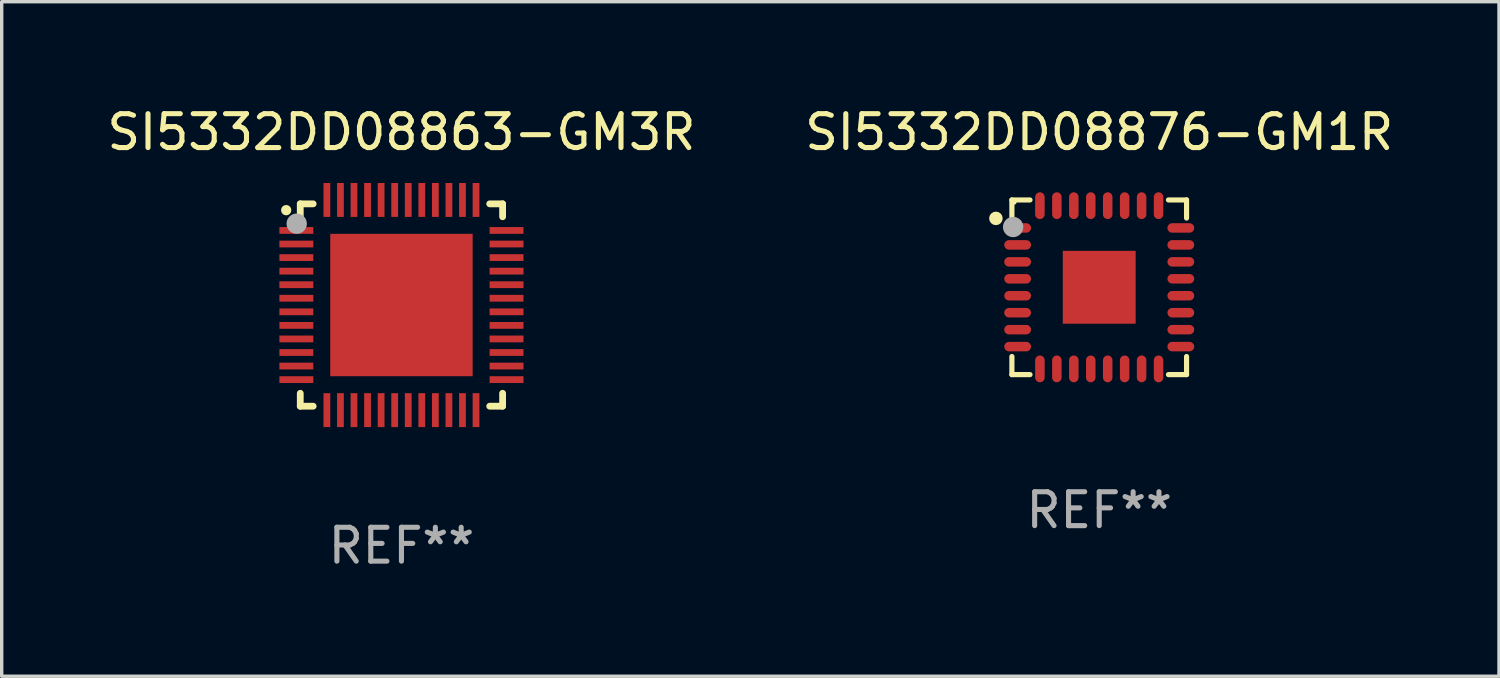
<source format=kicad_pcb>
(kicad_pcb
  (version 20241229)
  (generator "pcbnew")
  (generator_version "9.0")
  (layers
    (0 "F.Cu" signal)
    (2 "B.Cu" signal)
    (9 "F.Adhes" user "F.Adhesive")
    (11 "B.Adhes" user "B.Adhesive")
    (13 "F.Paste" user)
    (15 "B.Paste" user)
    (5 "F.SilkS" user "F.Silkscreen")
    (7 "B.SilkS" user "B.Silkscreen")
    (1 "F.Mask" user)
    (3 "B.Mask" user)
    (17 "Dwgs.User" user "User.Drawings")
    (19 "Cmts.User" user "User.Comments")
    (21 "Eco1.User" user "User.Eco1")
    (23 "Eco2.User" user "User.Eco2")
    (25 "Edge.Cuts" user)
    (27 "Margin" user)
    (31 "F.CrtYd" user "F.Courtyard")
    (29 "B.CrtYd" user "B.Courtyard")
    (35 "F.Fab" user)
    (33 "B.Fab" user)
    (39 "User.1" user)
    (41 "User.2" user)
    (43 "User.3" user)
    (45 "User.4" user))
  (footprint "SI5332DD08863-GM3R"
    (layer "F.Cu")
    (at 8.792 5.948)
    (property "Reference" "SI5332DD08863-GM3R" (at 0 -5.1 0) (layer "F.SilkS") (effects (font (size 1 1) (thickness 0.15))))
    (attr through_hole)
    (fp_line (start -2.985 -2.985) (end -2.604 -2.985) (stroke (width 0.2) (type solid)) (layer "F.SilkS"))
    (fp_line (start -2.985 -2.604) (end -2.985 -2.985) (stroke (width 0.2) (type solid)) (layer "F.SilkS"))
    (fp_line (start -2.985 2.984) (end -2.985 2.603) (stroke (width 0.2) (type solid)) (layer "F.SilkS"))
    (fp_line (start -2.604 2.984) (end -2.985 2.984) (stroke (width 0.2) (type solid)) (layer "F.SilkS"))
    (fp_line (start 2.603 -2.985) (end 2.984 -2.985) (stroke (width 0.2) (type solid)) (layer "F.SilkS"))
    (fp_line (start 2.984 -2.985) (end 2.984 -2.604) (stroke (width 0.2) (type solid)) (layer "F.SilkS"))
    (fp_line (start 2.984 2.603) (end 2.984 2.984) (stroke (width 0.2) (type solid)) (layer "F.SilkS"))
    (fp_line (start 2.984 2.984) (end 2.603 2.984) (stroke (width 0.2) (type solid)) (layer "F.SilkS"))
    (fp_arc (start -3.400076 -2.797562) (mid -3.400081 -2.798806) (end -3.400076 -2.800051) (stroke (width 0.3) (type solid)) (layer "F.SilkS"))
    (fp_circle (center -3 -3) (end -2.97 -3) (stroke (width 0.06) (type solid)) (fill no) (layer "F.SilkS"))
    (fp_circle (center -3.09 -2.4) (end -2.94 -2.4) (stroke (width 0.3) (type solid)) (fill no) (layer "F.Fab"))
    (fp_text user "REF**" (at 0 7.1 0) (layer "F.Fab") (effects (font (size 1 1) (thickness 0.15))))
    (pad "1" smd rect (at -3.1 -2.2) (size 1 0.2) (layers "F.Cu" "F.Mask" "F.Paste"))
    (pad "2" smd rect (at -3.1 -1.8) (size 1 0.2) (layers "F.Cu" "F.Mask" "F.Paste"))
    (pad "3" smd rect (at -3.1 -1.4) (size 1 0.2) (layers "F.Cu" "F.Mask" "F.Paste"))
    (pad "4" smd rect (at -3.1 -1) (size 1 0.2) (layers "F.Cu" "F.Mask" "F.Paste"))
    (pad "5" smd rect (at -3.1 -0.6) (size 1 0.2) (layers "F.Cu" "F.Mask" "F.Paste"))
    (pad "6" smd rect (at -3.1 -0.2) (size 1 0.2) (layers "F.Cu" "F.Mask" "F.Paste"))
    (pad "7" smd rect (at -3.1 0.2) (size 1 0.2) (layers "F.Cu" "F.Mask" "F.Paste"))
    (pad "8" smd rect (at -3.1 0.6) (size 1 0.2) (layers "F.Cu" "F.Mask" "F.Paste"))
    (pad "9" smd rect (at -3.1 1) (size 1 0.2) (layers "F.Cu" "F.Mask" "F.Paste"))
    (pad "10" smd rect (at -3.1 1.4) (size 1 0.2) (layers "F.Cu" "F.Mask" "F.Paste"))
    (pad "11" smd rect (at -3.1 1.8) (size 1 0.2) (layers "F.Cu" "F.Mask" "F.Paste"))
    (pad "12" smd rect (at -3.1 2.2) (size 1 0.2) (layers "F.Cu" "F.Mask" "F.Paste"))
    (pad "13" smd rect (at -2.2 3.1) (size 0.2 1) (layers "F.Cu" "F.Mask" "F.Paste"))
    (pad "14" smd rect (at -1.8 3.1) (size 0.2 1) (layers "F.Cu" "F.Mask" "F.Paste"))
    (pad "15" smd rect (at -1.4 3.1) (size 0.2 1) (layers "F.Cu" "F.Mask" "F.Paste"))
    (pad "16" smd rect (at -1 3.1) (size 0.2 1) (layers "F.Cu" "F.Mask" "F.Paste"))
    (pad "17" smd rect (at -0.6 3.1) (size 0.2 1) (layers "F.Cu" "F.Mask" "F.Paste"))
    (pad "18" smd rect (at -0.2 3.1) (size 0.2 1) (layers "F.Cu" "F.Mask" "F.Paste"))
    (pad "19" smd rect (at 0.2 3.1) (size 0.2 1) (layers "F.Cu" "F.Mask" "F.Paste"))
    (pad "20" smd rect (at 0.6 3.1) (size 0.2 1) (layers "F.Cu" "F.Mask" "F.Paste"))
    (pad "21" smd rect (at 1 3.1) (size 0.2 1) (layers "F.Cu" "F.Mask" "F.Paste"))
    (pad "22" smd rect (at 1.4 3.1) (size 0.2 1) (layers "F.Cu" "F.Mask" "F.Paste"))
    (pad "23" smd rect (at 1.8 3.1) (size 0.2 1) (layers "F.Cu" "F.Mask" "F.Paste"))
    (pad "24" smd rect (at 2.2 3.1) (size 0.2 1) (layers "F.Cu" "F.Mask" "F.Paste"))
    (pad "25" smd rect (at 3.1 2.2) (size 1 0.2) (layers "F.Cu" "F.Mask" "F.Paste"))
    (pad "26" smd rect (at 3.1 1.8) (size 1 0.2) (layers "F.Cu" "F.Mask" "F.Paste"))
    (pad "27" smd rect (at 3.1 1.4) (size 1 0.2) (layers "F.Cu" "F.Mask" "F.Paste"))
    (pad "28" smd rect (at 3.1 1) (size 1 0.2) (layers "F.Cu" "F.Mask" "F.Paste"))
    (pad "29" smd rect (at 3.1 0.6) (size 1 0.2) (layers "F.Cu" "F.Mask" "F.Paste"))
    (pad "30" smd rect (at 3.1 0.2) (size 1 0.2) (layers "F.Cu" "F.Mask" "F.Paste"))
    (pad "31" smd rect (at 3.1 -0.2) (size 1 0.2) (layers "F.Cu" "F.Mask" "F.Paste"))
    (pad "32" smd rect (at 3.1 -0.6) (size 1 0.2) (layers "F.Cu" "F.Mask" "F.Paste"))
    (pad "33" smd rect (at 3.1 -1) (size 1 0.2) (layers "F.Cu" "F.Mask" "F.Paste"))
    (pad "34" smd rect (at 3.1 -1.4) (size 1 0.2) (layers "F.Cu" "F.Mask" "F.Paste"))
    (pad "35" smd rect (at 3.1 -1.8) (size 1 0.2) (layers "F.Cu" "F.Mask" "F.Paste"))
    (pad "36" smd rect (at 3.1 -2.2) (size 1 0.2) (layers "F.Cu" "F.Mask" "F.Paste"))
    (pad "37" smd rect (at 2.2 -3.1) (size 0.2 1) (layers "F.Cu" "F.Mask" "F.Paste"))
    (pad "38" smd rect (at 1.8 -3.1) (size 0.2 1) (layers "F.Cu" "F.Mask" "F.Paste"))
    (pad "39" smd rect (at 1.4 -3.1) (size 0.2 1) (layers "F.Cu" "F.Mask" "F.Paste"))
    (pad "40" smd rect (at 1 -3.1) (size 0.2 1) (layers "F.Cu" "F.Mask" "F.Paste"))
    (pad "41" smd rect (at 0.6 -3.1) (size 0.2 1) (layers "F.Cu" "F.Mask" "F.Paste"))
    (pad "42" smd rect (at 0.2 -3.1) (size 0.2 1) (layers "F.Cu" "F.Mask" "F.Paste"))
    (pad "43" smd rect (at -0.2 -3.1) (size 0.2 1) (layers "F.Cu" "F.Mask" "F.Paste"))
    (pad "44" smd rect (at -0.6 -3.1) (size 0.2 1) (layers "F.Cu" "F.Mask" "F.Paste"))
    (pad "45" smd rect (at -1 -3.1) (size 0.2 1) (layers "F.Cu" "F.Mask" "F.Paste"))
    (pad "46" smd rect (at -1.4 -3.1) (size 0.2 1) (layers "F.Cu" "F.Mask" "F.Paste"))
    (pad "47" smd rect (at -1.8 -3.1) (size 0.2 1) (layers "F.Cu" "F.Mask" "F.Paste"))
    (pad "48" smd rect (at -2.2 -3.1) (size 0.2 1) (layers "F.Cu" "F.Mask" "F.Paste"))
    (pad "49" smd rect (at -0.000127 0) (size 4.2 4.2) (layers "F.Cu" "F.Mask" "F.Paste")))
  (footprint "SI5332DD08876-GM1R"
    (layer "F.Cu")
    (at 29.375 5.424)
    (property "Reference" "SI5332DD08876-GM1R" (at 0 -4.576 0) (layer "F.SilkS") (effects (font (size 1 1) (thickness 0.15))))
    (attr through_hole)
    (fp_line (start -2.576 -2.576) (end -2.042 -2.576) (stroke (width 0.152) (type solid)) (layer "F.SilkS"))
    (fp_line (start -2.576 -2.042) (end -2.576 -2.576) (stroke (width 0.152) (type solid)) (layer "F.SilkS"))
    (fp_line (start -2.576 2.042) (end -2.576 2.576) (stroke (width 0.152) (type solid)) (layer "F.SilkS"))
    (fp_line (start -2.576 2.576) (end -2.042 2.576) (stroke (width 0.152) (type solid)) (layer "F.SilkS"))
    (fp_line (start 2.576 -2.576) (end 2.042 -2.576) (stroke (width 0.152) (type solid)) (layer "F.SilkS"))
    (fp_line (start 2.576 -2.042) (end 2.576 -2.576) (stroke (width 0.152) (type solid)) (layer "F.SilkS"))
    (fp_line (start 2.576 2.042) (end 2.576 2.576) (stroke (width 0.152) (type solid)) (layer "F.SilkS"))
    (fp_line (start 2.576 2.576) (end 2.042 2.576) (stroke (width 0.152) (type solid)) (layer "F.SilkS"))
    (fp_circle (center -3.048 -2.032) (end -2.948 -2.032) (stroke (width 0.2) (type solid)) (fill no) (layer "F.SilkS"))
    (fp_circle (center -2.5 -2.5) (end -2.47 -2.5) (stroke (width 0.06) (type solid)) (fill no) (layer "F.SilkS"))
    (fp_circle (center -2.54 -1.778) (end -2.39 -1.778) (stroke (width 0.3) (type solid)) (fill no) (layer "F.Fab"))
    (fp_text user "REF**" (at 0 6.576 0) (layer "F.Fab") (effects (font (size 1 1) (thickness 0.15))))
    (pad "1" smd oval (at -2.407 -1.75) (size 0.79 0.28) (layers "F.Cu" "F.Mask" "F.Paste"))
    (pad "2" smd oval (at -2.407 -1.25) (size 0.79 0.28) (layers "F.Cu" "F.Mask" "F.Paste"))
    (pad "3" smd oval (at -2.407 -0.75) (size 0.79 0.28) (layers "F.Cu" "F.Mask" "F.Paste"))
    (pad "4" smd oval (at -2.407 -0.25) (size 0.79 0.28) (layers "F.Cu" "F.Mask" "F.Paste"))
    (pad "5" smd oval (at -2.407 0.25) (size 0.79 0.28) (layers "F.Cu" "F.Mask" "F.Paste"))
    (pad "6" smd oval (at -2.407 0.75) (size 0.79 0.28) (layers "F.Cu" "F.Mask" "F.Paste"))
    (pad "7" smd oval (at -2.407 1.25) (size 0.79 0.28) (layers "F.Cu" "F.Mask" "F.Paste"))
    (pad "8" smd oval (at -2.407 1.75) (size 0.79 0.28) (layers "F.Cu" "F.Mask" "F.Paste"))
    (pad "9" smd oval (at -1.75 2.407) (size 0.28 0.79) (layers "F.Cu" "F.Mask" "F.Paste"))
    (pad "10" smd oval (at -1.25 2.407) (size 0.28 0.79) (layers "F.Cu" "F.Mask" "F.Paste"))
    (pad "11" smd oval (at -0.75 2.407) (size 0.28 0.79) (layers "F.Cu" "F.Mask" "F.Paste"))
    (pad "12" smd oval (at -0.25 2.407) (size 0.28 0.79) (layers "F.Cu" "F.Mask" "F.Paste"))
    (pad "13" smd oval (at 0.25 2.407) (size 0.28 0.79) (layers "F.Cu" "F.Mask" "F.Paste"))
    (pad "14" smd oval (at 0.75 2.407) (size 0.28 0.79) (layers "F.Cu" "F.Mask" "F.Paste"))
    (pad "15" smd oval (at 1.25 2.407) (size 0.28 0.79) (layers "F.Cu" "F.Mask" "F.Paste"))
    (pad "16" smd oval (at 1.75 2.407) (size 0.28 0.79) (layers "F.Cu" "F.Mask" "F.Paste"))
    (pad "17" smd oval (at 2.407 1.75) (size 0.79 0.28) (layers "F.Cu" "F.Mask" "F.Paste"))
    (pad "18" smd oval (at 2.407 1.25) (size 0.79 0.28) (layers "F.Cu" "F.Mask" "F.Paste"))
    (pad "19" smd oval (at 2.407 0.75) (size 0.79 0.28) (layers "F.Cu" "F.Mask" "F.Paste"))
    (pad "20" smd oval (at 2.407 0.25) (size 0.79 0.28) (layers "F.Cu" "F.Mask" "F.Paste"))
    (pad "21" smd oval (at 2.407 -0.25) (size 0.79 0.28) (layers "F.Cu" "F.Mask" "F.Paste"))
    (pad "22" smd oval (at 2.407 -0.75) (size 0.79 0.28) (layers "F.Cu" "F.Mask" "F.Paste"))
    (pad "23" smd oval (at 2.407 -1.25) (size 0.79 0.28) (layers "F.Cu" "F.Mask" "F.Paste"))
    (pad "24" smd oval (at 2.407 -1.75) (size 0.79 0.28) (layers "F.Cu" "F.Mask" "F.Paste"))
    (pad "25" smd oval (at 1.75 -2.407) (size 0.28 0.79) (layers "F.Cu" "F.Mask" "F.Paste"))
    (pad "26" smd oval (at 1.25 -2.407) (size 0.28 0.79) (layers "F.Cu" "F.Mask" "F.Paste"))
    (pad "27" smd oval (at 0.75 -2.407) (size 0.28 0.79) (layers "F.Cu" "F.Mask" "F.Paste"))
    (pad "28" smd oval (at 0.25 -2.407) (size 0.28 0.79) (layers "F.Cu" "F.Mask" "F.Paste"))
    (pad "29" smd oval (at -0.25 -2.407) (size 0.28 0.79) (layers "F.Cu" "F.Mask" "F.Paste"))
    (pad "30" smd oval (at -0.75 -2.407) (size 0.28 0.79) (layers "F.Cu" "F.Mask" "F.Paste"))
    (pad "31" smd oval (at -1.25 -2.407) (size 0.28 0.79) (layers "F.Cu" "F.Mask" "F.Paste"))
    (pad "32" smd oval (at -1.75 -2.407) (size 0.28 0.79) (layers "F.Cu" "F.Mask" "F.Paste"))
    (pad "33" smd rect (at -0.000013 0.000013) (size 2.15 2.15) (layers "F.Cu" "F.Mask" "F.Paste")))
  (gr_rect
    (start -3 -3)
    (end 41.167 16.897)
    (stroke (width 0.1) (type default))
    (fill no)
    (layer "Edge.Cuts")))
</source>
